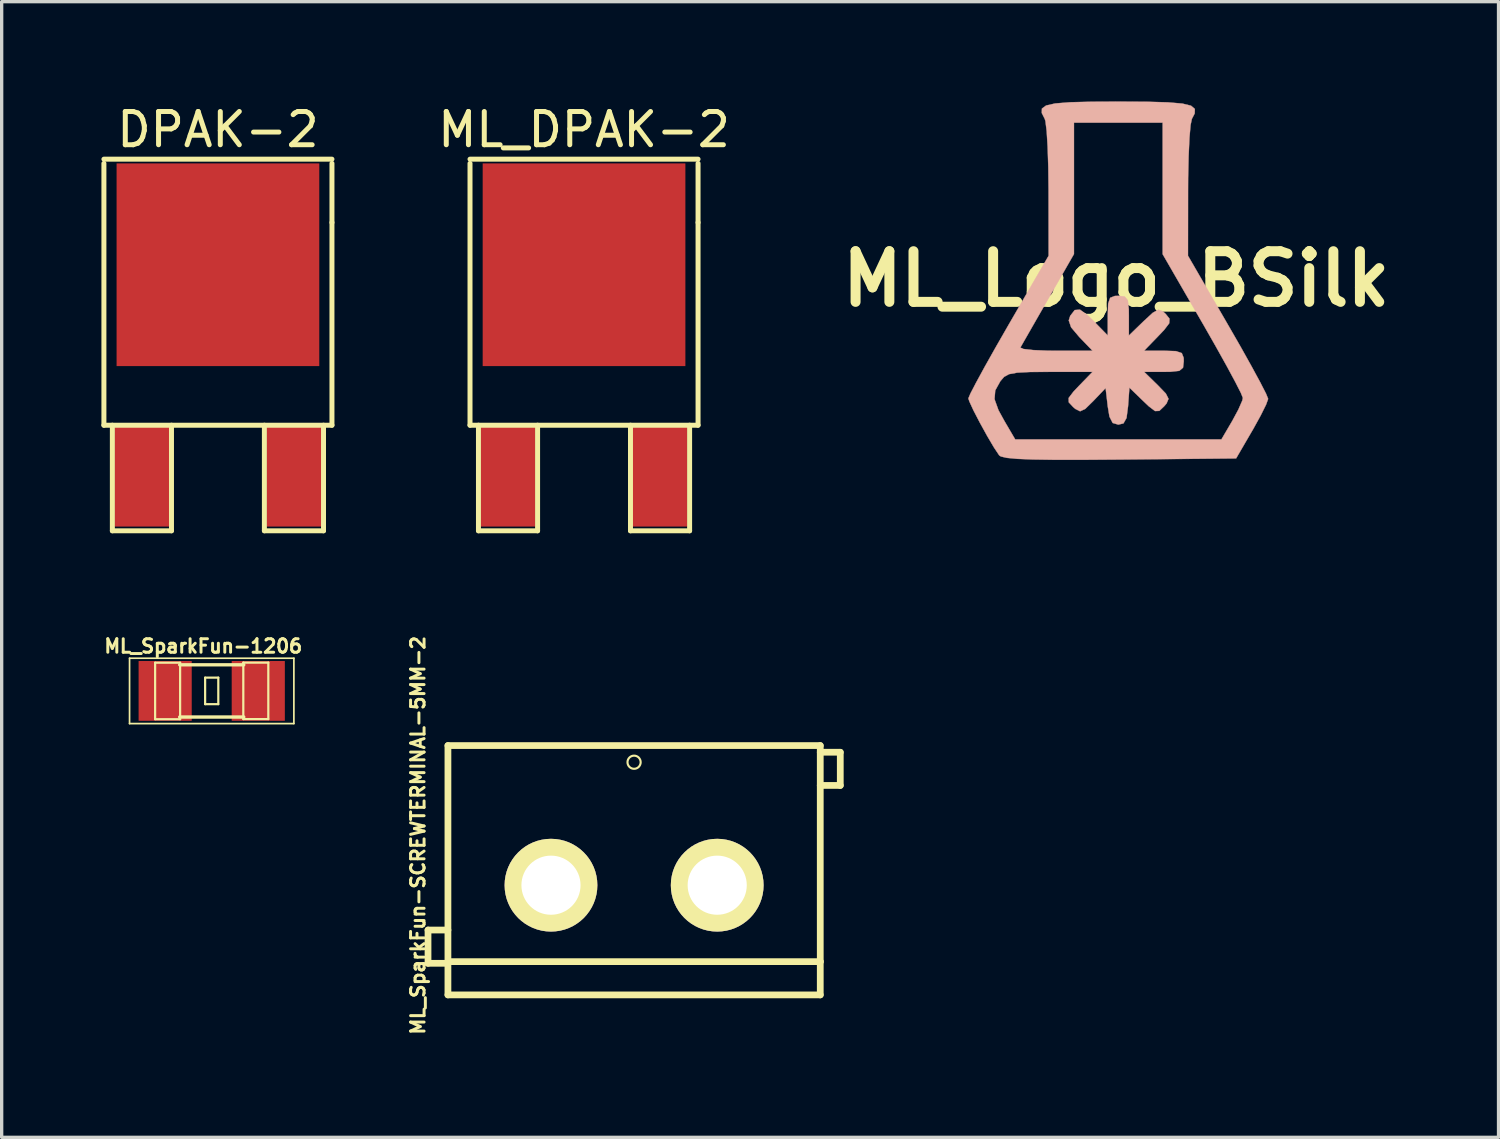
<source format=kicad_pcb>
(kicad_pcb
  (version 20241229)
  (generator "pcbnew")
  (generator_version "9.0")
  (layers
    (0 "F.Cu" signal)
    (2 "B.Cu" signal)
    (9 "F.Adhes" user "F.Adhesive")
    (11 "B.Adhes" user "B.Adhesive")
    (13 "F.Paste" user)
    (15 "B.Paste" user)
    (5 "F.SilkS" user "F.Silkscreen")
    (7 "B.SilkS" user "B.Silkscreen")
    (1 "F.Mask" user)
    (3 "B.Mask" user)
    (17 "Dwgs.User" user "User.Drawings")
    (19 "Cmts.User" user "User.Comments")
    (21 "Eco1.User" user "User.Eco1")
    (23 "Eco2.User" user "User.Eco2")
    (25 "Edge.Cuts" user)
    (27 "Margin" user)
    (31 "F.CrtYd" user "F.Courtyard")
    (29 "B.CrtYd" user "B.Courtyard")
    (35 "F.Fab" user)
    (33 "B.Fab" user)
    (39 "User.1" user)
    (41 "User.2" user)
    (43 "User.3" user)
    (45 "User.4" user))
  (footprint "ML_Logo_BSilk"
    (layer "F.Cu")
    (at 30.518 5.339)
    (property "Reference" "ML_Logo_BSilk" (at 0 0 0) (layer "F.SilkS") (effects (font (size 1.524 1.524) (thickness 0.3))))
    (attr through_hole)
    (fp_poly (pts (xy 0.924 -5.329) (xy 1.557 -5.311) (xy 1.99 -5.274) (xy 2.25 -5.21) (xy 2.365 -5.113) (xy 2.361 -4.978) (xy 2.276 -4.814) (xy 2.237 -4.63) (xy 2.203 -4.241) (xy 2.178 -3.694) (xy 2.163 -3.04) (xy 2.161 -2.667) (xy 2.159 -0.698) (xy 3.365 1.384) (xy 3.744 2.043) (xy 4.073 2.632) (xy 4.334 3.113) (xy 4.506 3.449) (xy 4.569 3.604) (xy 4.57 3.606) (xy 4.508 3.778) (xy 4.348 4.101) (xy 4.122 4.511) (xy 4.086 4.572) (xy 3.606 5.397) (xy 0.106 5.431) (xy -0.988 5.439) (xy -1.851 5.439) (xy -2.508 5.429) (xy -2.98 5.41) (xy -3.292 5.38) (xy -3.467 5.339) (xy -3.519 5.304) (xy -3.677 5.066) (xy -3.885 4.713) (xy -4.103 4.317) (xy -4.294 3.949) (xy -4.418 3.679) (xy -4.437 3.617) (xy -3.659 3.617) (xy -3.54 3.947) (xy -3.36 4.275) (xy -3.037 4.826) (xy 3.164 4.826) (xy 3.487 4.275) (xy 3.674 3.928) (xy 3.791 3.66) (xy 3.81 3.578) (xy 3.749 3.426) (xy 3.579 3.093) (xy 3.321 2.614) (xy 2.993 2.026) (xy 2.617 1.366) (xy 2.603 1.343) (xy 1.397 -0.745) (xy 1.397 -2.722) (xy 1.397 -4.699) (xy -1.27 -4.699) (xy -1.27 -0.749) (xy -2.049 0.61) (xy -2.353 1.139) (xy -2.61 1.588) (xy -2.795 1.911) (xy -2.881 2.062) (xy -2.882 2.064) (xy -2.79 2.106) (xy -2.497 2.139) (xy -2.059 2.157) (xy -1.824 2.159) (xy -0.712 2.159) (xy -1.11 1.746) (xy -1.356 1.455) (xy -1.427 1.248) (xy -1.383 1.111) (xy -1.247 0.935) (xy -1.09 0.923) (xy -0.86 1.088) (xy -0.65 1.294) (xy -0.254 1.699) (xy -0.254 1.104) (xy -0.242 0.742) (xy -0.182 0.567) (xy -0.04 0.511) (xy 0.064 0.508) (xy 0.256 0.53) (xy 0.35 0.642) (xy 0.379 0.91) (xy 0.381 1.104) (xy 0.381 1.701) (xy 0.827 1.269) (xy 1.1 1.017) (xy 1.267 0.925) (xy 1.398 0.97) (xy 1.488 1.052) (xy 1.603 1.195) (xy 1.595 1.333) (xy 1.441 1.534) (xy 1.271 1.713) (xy 0.839 2.159) (xy 1.436 2.159) (xy 1.798 2.171) (xy 1.973 2.23) (xy 2.029 2.373) (xy 2.032 2.477) (xy 2.01 2.669) (xy 1.898 2.763) (xy 1.63 2.792) (xy 1.436 2.794) (xy 0.841 2.794) (xy 1.249 3.193) (xy 1.494 3.447) (xy 1.574 3.605) (xy 1.514 3.746) (xy 1.441 3.831) (xy 1.298 3.967) (xy 1.169 3.973) (xy 0.98 3.83) (xy 0.811 3.669) (xy 0.397 3.268) (xy 0.357 3.825) (xy 0.311 4.18) (xy 0.219 4.344) (xy 0.064 4.381) (xy -0.106 4.331) (xy -0.203 4.14) (xy -0.254 3.832) (xy -0.318 3.282) (xy -0.69 3.672) (xy -0.932 3.909) (xy -1.086 3.98) (xy -1.231 3.907) (xy -1.296 3.85) (xy -1.427 3.709) (xy -1.43 3.58) (xy -1.285 3.389) (xy -1.121 3.216) (xy -0.712 2.794) (xy -2 2.794) (xy -2.59 2.798) (xy -2.979 2.818) (xy -3.222 2.863) (xy -3.372 2.945) (xy -3.482 3.072) (xy -3.485 3.076) (xy -3.638 3.353) (xy -3.659 3.617) (xy -4.437 3.617) (xy -4.445 3.59) (xy -4.384 3.446) (xy -4.214 3.119) (xy -3.956 2.645) (xy -3.628 2.062) (xy -3.251 1.405) (xy -3.239 1.384) (xy -2.032 -0.698) (xy -2.034 -2.667) (xy -2.042 -3.359) (xy -2.062 -3.969) (xy -2.091 -4.447) (xy -2.128 -4.746) (xy -2.149 -4.814) (xy -2.238 -4.991) (xy -2.234 -5.123) (xy -2.108 -5.216) (xy -1.835 -5.278) (xy -1.386 -5.314) (xy -0.736 -5.33) (xy 0.064 -5.334) (xy 0.924 -5.329)) (stroke (width 0.01) (type solid)) (fill yes) (layer "B.SilkS")))
  (footprint "ML_SparkFun-SCREWTERMINAL-5MM-2"
    (layer "F.Cu")
    (at 13.52 23.571)
    (property "Reference" "ML_SparkFun-SCREWTERMINAL-5MM-2" (at -4 -1.5 90) (layer "F.SilkS") (effects (font (size 0.406 0.406) (thickness 0.089))))
    (attr exclude_from_pos_files exclude_from_bom)
    (fp_line (start -3.698 1.349) (end -3.698 2.349) (stroke (width 0.203) (type solid)) (layer "F.SilkS"))
    (fp_line (start -3.698 2.349) (end -3.099 2.349) (stroke (width 0.203) (type solid)) (layer "F.SilkS"))
    (fp_line (start -3.099 -4.199) (end 8.098 -4.199) (stroke (width 0.203) (type solid)) (layer "F.SilkS"))
    (fp_line (start -3.099 1.349) (end -3.698 1.349) (stroke (width 0.203) (type solid)) (layer "F.SilkS"))
    (fp_line (start -3.099 2.299) (end -3.099 -4.199) (stroke (width 0.203) (type solid)) (layer "F.SilkS"))
    (fp_line (start -3.099 3.299) (end -3.099 2.299) (stroke (width 0.203) (type solid)) (layer "F.SilkS"))
    (fp_line (start 8.098 -4.199) (end 8.098 2.299) (stroke (width 0.203) (type solid)) (layer "F.SilkS"))
    (fp_line (start 8.098 -3.998) (end 8.7 -3.998) (stroke (width 0.203) (type solid)) (layer "F.SilkS"))
    (fp_line (start 8.098 2.299) (end -3.099 2.299) (stroke (width 0.203) (type solid)) (layer "F.SilkS"))
    (fp_line (start 8.098 2.299) (end 8.098 3.299) (stroke (width 0.203) (type solid)) (layer "F.SilkS"))
    (fp_line (start 8.098 3.299) (end -3.099 3.299) (stroke (width 0.203) (type solid)) (layer "F.SilkS"))
    (fp_line (start 8.7 -3.998) (end 8.7 -3) (stroke (width 0.203) (type solid)) (layer "F.SilkS"))
    (fp_line (start 8.7 -3) (end 8.098 -3) (stroke (width 0.203) (type solid)) (layer "F.SilkS"))
    (fp_circle (center 2.499 -3.698) (end 2.639 -3.838) (stroke (width 0.064) (type solid)) (fill no) (layer "F.SilkS"))
    (pad "1" thru_hole rect (at 0 0) (size 0.001 0.001) (drill 1.298) (layers "*.Cu" "F.Mask" "F.SilkS" "F.Paste"))
    (pad "1" thru_hole circle (at 0 0) (size 2.79 2.79) (drill 1.778) (layers "*.Cu" "*.Mask" "F.SilkS" "F.Paste"))
    (pad "2" thru_hole circle (at 4.999 0) (size 2.79 2.79) (drill 1.778) (layers "*.Cu" "*.Mask" "F.SilkS" "F.Paste")))
  (footprint "DPAK-2"
    (layer "F.Cu")
    (at 3.504 11.262)
    (property "Reference" "DPAK-2" (at 0 -10.414 0) (layer "F.SilkS") (effects (font (size 1 1) (thickness 0.15))))
    (attr smd)
    (fp_line (start -3.429 -9.525) (end 3.429 -9.525) (stroke (width 0.15) (type solid)) (layer "F.SilkS"))
    (fp_line (start -3.429 -1.524) (end -3.429 -9.398) (stroke (width 0.15) (type solid)) (layer "F.SilkS"))
    (fp_line (start -3.175 -1.524) (end -3.175 1.651) (stroke (width 0.15) (type solid)) (layer "F.SilkS"))
    (fp_line (start -3.175 1.651) (end -1.397 1.651) (stroke (width 0.15) (type solid)) (layer "F.SilkS"))
    (fp_line (start -1.397 1.651) (end -1.397 -1.524) (stroke (width 0.15) (type solid)) (layer "F.SilkS"))
    (fp_line (start 1.397 -1.524) (end 1.397 1.651) (stroke (width 0.15) (type solid)) (layer "F.SilkS"))
    (fp_line (start 1.397 1.651) (end 3.175 1.651) (stroke (width 0.15) (type solid)) (layer "F.SilkS"))
    (fp_line (start 3.175 1.651) (end 3.175 -1.524) (stroke (width 0.15) (type solid)) (layer "F.SilkS"))
    (fp_line (start 3.429 -9.398) (end 3.429 -7.62) (stroke (width 0.15) (type solid)) (layer "F.SilkS"))
    (fp_line (start 3.429 -7.62) (end 3.429 -1.524) (stroke (width 0.15) (type solid)) (layer "F.SilkS"))
    (fp_line (start 3.429 -1.524) (end -3.429 -1.524) (stroke (width 0.15) (type solid)) (layer "F.SilkS"))
    (pad "1" smd rect (at -2.286 0) (size 1.651 3.048) (layers "F.Cu" "F.Mask" "F.Paste"))
    (pad "2" smd rect (at 0 -6.35) (size 6.096 6.096) (layers "F.Cu" "F.Mask" "F.Paste"))
    (pad "3" smd rect (at 2.286 0) (size 1.651 3.048) (layers "F.Cu" "F.Mask" "F.Paste")))
  (footprint "ML_DPAK-2"
    (layer "F.Cu")
    (at 14.514 11.262)
    (property "Reference" "ML_DPAK-2" (at 0 -10.414 0) (layer "F.SilkS") (effects (font (size 1 1) (thickness 0.15))))
    (attr smd)
    (fp_line (start -3.429 -9.525) (end 3.429 -9.525) (stroke (width 0.15) (type solid)) (layer "F.SilkS"))
    (fp_line (start -3.429 -1.524) (end -3.429 -9.398) (stroke (width 0.15) (type solid)) (layer "F.SilkS"))
    (fp_line (start -3.175 -1.524) (end -3.175 1.651) (stroke (width 0.15) (type solid)) (layer "F.SilkS"))
    (fp_line (start -3.175 1.651) (end -1.397 1.651) (stroke (width 0.15) (type solid)) (layer "F.SilkS"))
    (fp_line (start -1.397 1.651) (end -1.397 -1.524) (stroke (width 0.15) (type solid)) (layer "F.SilkS"))
    (fp_line (start 1.397 -1.524) (end 1.397 1.651) (stroke (width 0.15) (type solid)) (layer "F.SilkS"))
    (fp_line (start 1.397 1.651) (end 3.175 1.651) (stroke (width 0.15) (type solid)) (layer "F.SilkS"))
    (fp_line (start 3.175 1.651) (end 3.175 -1.524) (stroke (width 0.15) (type solid)) (layer "F.SilkS"))
    (fp_line (start 3.429 -9.398) (end 3.429 -7.62) (stroke (width 0.15) (type solid)) (layer "F.SilkS"))
    (fp_line (start 3.429 -7.62) (end 3.429 -1.524) (stroke (width 0.15) (type solid)) (layer "F.SilkS"))
    (fp_line (start 3.429 -1.524) (end -3.429 -1.524) (stroke (width 0.15) (type solid)) (layer "F.SilkS"))
    (pad "GND" smd rect (at 0 -6.35) (size 6.096 6.096) (layers "F.Cu" "F.Mask" "F.Paste"))
    (pad "VI" smd rect (at -2.286 0) (size 1.651 3.048) (layers "F.Cu" "F.Mask" "F.Paste"))
    (pad "VO" smd rect (at 2.286 0) (size 1.651 3.048) (layers "F.Cu" "F.Mask" "F.Paste")))
  (footprint "ML_SparkFun-1206"
    (layer "F.Cu")
    (at 3.317 17.728)
    (property "Reference" "ML_SparkFun-1206" (at -0.254 -1.346 0) (layer "F.SilkS") (effects (font (size 0.406 0.406) (thickness 0.089))))
    (attr smd)
    (fp_line (start -2.471 -0.983) (end 2.471 -0.983) (stroke (width 0.051) (type solid)) (layer "F.SilkS"))
    (fp_line (start -2.471 0.983) (end -2.471 -0.983) (stroke (width 0.051) (type solid)) (layer "F.SilkS"))
    (fp_line (start -1.702 -0.848) (end -0.95 -0.848) (stroke (width 0.066) (type solid)) (layer "F.SilkS"))
    (fp_line (start -1.702 0.851) (end -1.702 -0.848) (stroke (width 0.066) (type solid)) (layer "F.SilkS"))
    (fp_line (start -1.702 0.851) (end -0.95 0.851) (stroke (width 0.066) (type solid)) (layer "F.SilkS"))
    (fp_line (start -0.963 -0.785) (end 0.963 -0.785) (stroke (width 0.102) (type solid)) (layer "F.SilkS"))
    (fp_line (start -0.963 0.785) (end 0.963 0.785) (stroke (width 0.102) (type solid)) (layer "F.SilkS"))
    (fp_line (start -0.95 0.851) (end -0.95 -0.848) (stroke (width 0.066) (type solid)) (layer "F.SilkS"))
    (fp_line (start -0.198 -0.399) (end 0.198 -0.399) (stroke (width 0.066) (type solid)) (layer "F.SilkS"))
    (fp_line (start -0.198 0.399) (end -0.198 -0.399) (stroke (width 0.066) (type solid)) (layer "F.SilkS"))
    (fp_line (start -0.198 0.399) (end 0.198 0.399) (stroke (width 0.066) (type solid)) (layer "F.SilkS"))
    (fp_line (start 0.198 0.399) (end 0.198 -0.399) (stroke (width 0.066) (type solid)) (layer "F.SilkS"))
    (fp_line (start 0.95 -0.851) (end 1.702 -0.851) (stroke (width 0.066) (type solid)) (layer "F.SilkS"))
    (fp_line (start 0.95 0.848) (end 0.95 -0.851) (stroke (width 0.066) (type solid)) (layer "F.SilkS"))
    (fp_line (start 0.95 0.848) (end 1.702 0.848) (stroke (width 0.066) (type solid)) (layer "F.SilkS"))
    (fp_line (start 1.702 0.848) (end 1.702 -0.851) (stroke (width 0.066) (type solid)) (layer "F.SilkS"))
    (fp_line (start 2.471 -0.983) (end 2.471 0.983) (stroke (width 0.051) (type solid)) (layer "F.SilkS"))
    (fp_line (start 2.471 0.983) (end -2.471 0.983) (stroke (width 0.051) (type solid)) (layer "F.SilkS"))
    (pad "1" smd rect (at -1.4 0) (size 1.598 1.798) (layers "F.Cu" "F.Mask" "F.Paste"))
    (pad "2" smd rect (at 1.4 0) (size 1.598 1.798) (layers "F.Cu" "F.Mask" "F.Paste")))
  (gr_rect
    (start -3 -3)
    (end 42.016 31.153)
    (stroke (width 0.1) (type default))
    (fill no)
    (layer "Edge.Cuts")))
</source>
